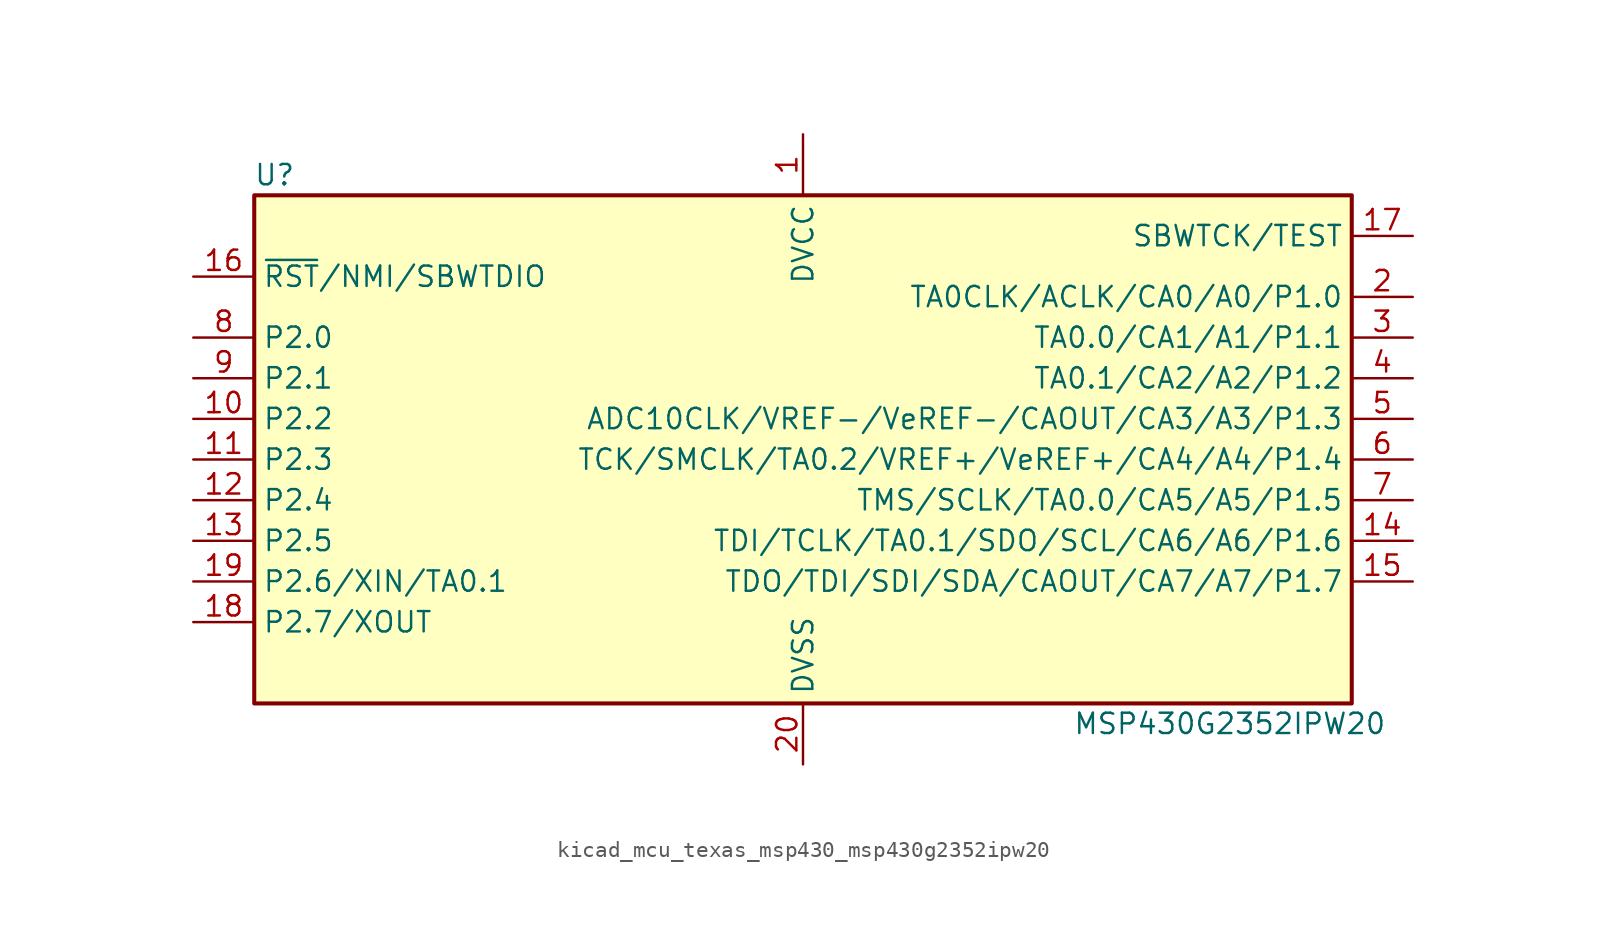
<source format=kicad_sym>
(kicad_symbol_lib
  (version 20220914)
  (generator kicad_symbol_editor)
  (symbol "kicad_mcu_texas_msp430_msp430g2352ipw20"
    (property "Reference" "U"
      (at -33.02 17.78 0)
      (effects (font (size 1.27 1.27))))
    (property "Value" "MSP430G2352IPW20"
      (at 26.67 -16.51 0)
      (effects (font (size 1.27 1.27))))
    (symbol "kicad_mcu_texas_msp430_msp430g2352ipw20_0_1"
      (rectangle (start -34.29 16.51) (end 34.29 -15.24) (stroke (width 0.254) (type default)) (fill (type background))))
    (symbol "kicad_mcu_texas_msp430_msp430g2352ipw20_1_1"
      (pin power_in line (at 0 20.32 270) (length 3.81) (name "DVCC" (effects (font (size 1.27 1.27)))) (number "1" (effects (font (size 1.27 1.27)))))
      (pin bidirectional line (at -38.1 2.54 0) (length 3.81) (name "P2.2" (effects (font (size 1.27 1.27)))) (number "10" (effects (font (size 1.27 1.27)))))
      (pin bidirectional line (at -38.1 0 0) (length 3.81) (name "P2.3" (effects (font (size 1.27 1.27)))) (number "11" (effects (font (size 1.27 1.27)))))
      (pin bidirectional line (at -38.1 -2.54 0) (length 3.81) (name "P2.4" (effects (font (size 1.27 1.27)))) (number "12" (effects (font (size 1.27 1.27)))))
      (pin bidirectional line (at -38.1 -5.08 0) (length 3.81) (name "P2.5" (effects (font (size 1.27 1.27)))) (number "13" (effects (font (size 1.27 1.27)))))
      (pin bidirectional line (at 38.1 -5.08 180) (length 3.81) (name "TDI/TCLK/TA0.1/SDO/SCL/CA6/A6/P1.6" (effects (font (size 1.27 1.27)))) (number "14" (effects (font (size 1.27 1.27)))))
      (pin bidirectional line (at 38.1 -7.62 180) (length 3.81) (name "TDO/TDI/SDI/SDA/CAOUT/CA7/A7/P1.7" (effects (font (size 1.27 1.27)))) (number "15" (effects (font (size 1.27 1.27)))))
      (pin input line (at -38.1 11.43 0) (length 3.81) (name "~{RST}/NMI/SBWTDIO" (effects (font (size 1.27 1.27)))) (number "16" (effects (font (size 1.27 1.27)))))
      (pin input line (at 38.1 13.97 180) (length 3.81) (name "SBWTCK/TEST" (effects (font (size 1.27 1.27)))) (number "17" (effects (font (size 1.27 1.27)))))
      (pin bidirectional line (at -38.1 -10.16 0) (length 3.81) (name "P2.7/XOUT" (effects (font (size 1.27 1.27)))) (number "18" (effects (font (size 1.27 1.27)))))
      (pin bidirectional line (at -38.1 -7.62 0) (length 3.81) (name "P2.6/XIN/TA0.1" (effects (font (size 1.27 1.27)))) (number "19" (effects (font (size 1.27 1.27)))))
      (pin bidirectional line (at 38.1 10.16 180) (length 3.81) (name "TA0CLK/ACLK/CA0/A0/P1.0" (effects (font (size 1.27 1.27)))) (number "2" (effects (font (size 1.27 1.27)))))
      (pin power_in line (at 0 -19.05 90) (length 3.81) (name "DVSS" (effects (font (size 1.27 1.27)))) (number "20" (effects (font (size 1.27 1.27)))))
      (pin bidirectional line (at 38.1 7.62 180) (length 3.81) (name "TA0.0/CA1/A1/P1.1" (effects (font (size 1.27 1.27)))) (number "3" (effects (font (size 1.27 1.27)))))
      (pin bidirectional line (at 38.1 5.08 180) (length 3.81) (name "TA0.1/CA2/A2/P1.2" (effects (font (size 1.27 1.27)))) (number "4" (effects (font (size 1.27 1.27)))))
      (pin bidirectional line (at 38.1 2.54 180) (length 3.81) (name "ADC10CLK/VREF-/VeREF-/CAOUT/CA3/A3/P1.3" (effects (font (size 1.27 1.27)))) (number "5" (effects (font (size 1.27 1.27)))))
      (pin bidirectional line (at 38.1 0 180) (length 3.81) (name "TCK/SMCLK/TA0.2/VREF+/VeREF+/CA4/A4/P1.4" (effects (font (size 1.27 1.27)))) (number "6" (effects (font (size 1.27 1.27)))))
      (pin bidirectional line (at 38.1 -2.54 180) (length 3.81) (name "TMS/SCLK/TA0.0/CA5/A5/P1.5" (effects (font (size 1.27 1.27)))) (number "7" (effects (font (size 1.27 1.27)))))
      (pin bidirectional line (at -38.1 7.62 0) (length 3.81) (name "P2.0" (effects (font (size 1.27 1.27)))) (number "8" (effects (font (size 1.27 1.27)))))
      (pin bidirectional line (at -38.1 5.08 0) (length 3.81) (name "P2.1" (effects (font (size 1.27 1.27)))) (number "9" (effects (font (size 1.27 1.27))))))))
</source>
